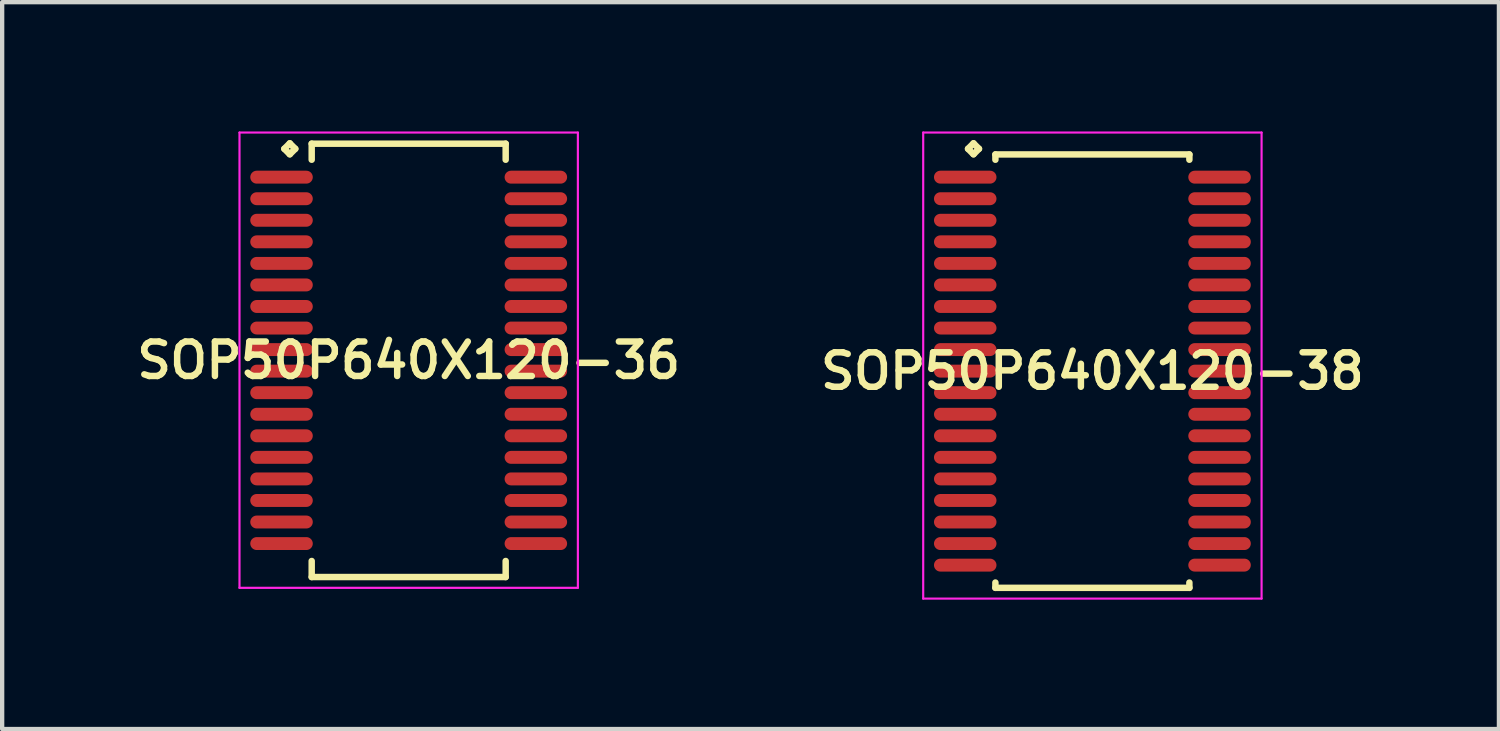
<source format=kicad_pcb>
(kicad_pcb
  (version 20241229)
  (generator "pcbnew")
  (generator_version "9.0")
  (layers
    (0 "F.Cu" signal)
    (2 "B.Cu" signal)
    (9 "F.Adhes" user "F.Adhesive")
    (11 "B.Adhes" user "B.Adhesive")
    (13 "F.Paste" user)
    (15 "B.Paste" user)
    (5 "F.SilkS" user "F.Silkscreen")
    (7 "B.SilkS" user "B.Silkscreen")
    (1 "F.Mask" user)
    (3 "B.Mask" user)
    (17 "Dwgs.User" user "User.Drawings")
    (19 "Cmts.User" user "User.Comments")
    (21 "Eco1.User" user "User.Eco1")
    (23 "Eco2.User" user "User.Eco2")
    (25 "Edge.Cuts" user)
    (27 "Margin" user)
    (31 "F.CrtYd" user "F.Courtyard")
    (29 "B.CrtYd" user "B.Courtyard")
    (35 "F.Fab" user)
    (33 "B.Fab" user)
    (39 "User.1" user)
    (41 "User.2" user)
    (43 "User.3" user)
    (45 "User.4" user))
  (footprint "SOP50P640X120-36"
    (layer "F.Cu")
    (at 6.431 5.31)
    (property "Reference" "SOP50P640X120-36" (at 0 0 0) (layer "F.SilkS") (effects (font (size 0.8 0.8) (thickness 0.15))))
    (attr smd)
    (fp_line (start -2.885 -4.908) (end -2.758 -5.035) (stroke (width 0.15) (type solid)) (layer "F.SilkS"))
    (fp_line (start -2.758 -5.035) (end -2.631 -4.908) (stroke (width 0.15) (type solid)) (layer "F.SilkS"))
    (fp_line (start -2.758 -4.781) (end -2.885 -4.908) (stroke (width 0.15) (type solid)) (layer "F.SilkS"))
    (fp_line (start -2.631 -4.908) (end -2.758 -4.781) (stroke (width 0.15) (type solid)) (layer "F.SilkS"))
    (fp_line (start -2.25 -5.027) (end 2.25 -5.027) (stroke (width 0.15) (type solid)) (layer "F.SilkS"))
    (fp_line (start -2.25 -4.654) (end -2.25 -5.027) (stroke (width 0.15) (type solid)) (layer "F.SilkS"))
    (fp_line (start -2.25 4.654) (end -2.25 5.027) (stroke (width 0.15) (type solid)) (layer "F.SilkS"))
    (fp_line (start -2.25 5.027) (end 2.25 5.027) (stroke (width 0.15) (type solid)) (layer "F.SilkS"))
    (fp_line (start 2.25 -5.027) (end 2.25 -4.654) (stroke (width 0.15) (type solid)) (layer "F.SilkS"))
    (fp_line (start 2.25 5.027) (end 2.25 4.654) (stroke (width 0.15) (type solid)) (layer "F.SilkS"))
    (fp_line (start -3.925 -5.285) (end 3.925 -5.285) (stroke (width 0.05) (type solid)) (layer "F.CrtYd"))
    (fp_line (start -3.925 5.277) (end -3.925 -5.285) (stroke (width 0.05) (type solid)) (layer "F.CrtYd"))
    (fp_line (start 3.925 -5.285) (end 3.925 5.277) (stroke (width 0.05) (type solid)) (layer "F.CrtYd"))
    (fp_line (start 3.925 5.277) (end -3.925 5.277) (stroke (width 0.05) (type solid)) (layer "F.CrtYd"))
    (pad "1" smd oval (at -2.95 -4.25) (size 1.45 0.3) (layers "F.Cu" "F.Mask" "F.Paste"))
    (pad "2" smd oval (at -2.95 -3.75) (size 1.45 0.3) (layers "F.Cu" "F.Mask" "F.Paste"))
    (pad "3" smd oval (at -2.95 -3.25) (size 1.45 0.3) (layers "F.Cu" "F.Mask" "F.Paste"))
    (pad "4" smd oval (at -2.95 -2.75) (size 1.45 0.3) (layers "F.Cu" "F.Mask" "F.Paste"))
    (pad "5" smd oval (at -2.95 -2.25) (size 1.45 0.3) (layers "F.Cu" "F.Mask" "F.Paste"))
    (pad "6" smd oval (at -2.95 -1.75) (size 1.45 0.3) (layers "F.Cu" "F.Mask" "F.Paste"))
    (pad "7" smd oval (at -2.95 -1.25) (size 1.45 0.3) (layers "F.Cu" "F.Mask" "F.Paste"))
    (pad "8" smd oval (at -2.95 -0.75) (size 1.45 0.3) (layers "F.Cu" "F.Mask" "F.Paste"))
    (pad "9" smd oval (at -2.95 -0.25) (size 1.45 0.3) (layers "F.Cu" "F.Mask" "F.Paste"))
    (pad "10" smd oval (at -2.95 0.25) (size 1.45 0.3) (layers "F.Cu" "F.Mask" "F.Paste"))
    (pad "11" smd oval (at -2.95 0.75) (size 1.45 0.3) (layers "F.Cu" "F.Mask" "F.Paste"))
    (pad "12" smd oval (at -2.95 1.25) (size 1.45 0.3) (layers "F.Cu" "F.Mask" "F.Paste"))
    (pad "13" smd oval (at -2.95 1.75) (size 1.45 0.3) (layers "F.Cu" "F.Mask" "F.Paste"))
    (pad "14" smd oval (at -2.95 2.25) (size 1.45 0.3) (layers "F.Cu" "F.Mask" "F.Paste"))
    (pad "15" smd oval (at -2.95 2.75) (size 1.45 0.3) (layers "F.Cu" "F.Mask" "F.Paste"))
    (pad "16" smd oval (at -2.95 3.25) (size 1.45 0.3) (layers "F.Cu" "F.Mask" "F.Paste"))
    (pad "17" smd oval (at -2.95 3.75) (size 1.45 0.3) (layers "F.Cu" "F.Mask" "F.Paste"))
    (pad "18" smd oval (at -2.95 4.25) (size 1.45 0.3) (layers "F.Cu" "F.Mask" "F.Paste"))
    (pad "19" smd oval (at 2.95 4.25) (size 1.45 0.3) (layers "F.Cu" "F.Mask" "F.Paste"))
    (pad "20" smd oval (at 2.95 3.75) (size 1.45 0.3) (layers "F.Cu" "F.Mask" "F.Paste"))
    (pad "21" smd oval (at 2.95 3.25) (size 1.45 0.3) (layers "F.Cu" "F.Mask" "F.Paste"))
    (pad "22" smd oval (at 2.95 2.75) (size 1.45 0.3) (layers "F.Cu" "F.Mask" "F.Paste"))
    (pad "23" smd oval (at 2.95 2.25) (size 1.45 0.3) (layers "F.Cu" "F.Mask" "F.Paste"))
    (pad "24" smd oval (at 2.95 1.75) (size 1.45 0.3) (layers "F.Cu" "F.Mask" "F.Paste"))
    (pad "25" smd oval (at 2.95 1.25) (size 1.45 0.3) (layers "F.Cu" "F.Mask" "F.Paste"))
    (pad "26" smd oval (at 2.95 0.75) (size 1.45 0.3) (layers "F.Cu" "F.Mask" "F.Paste"))
    (pad "27" smd oval (at 2.95 0.25) (size 1.45 0.3) (layers "F.Cu" "F.Mask" "F.Paste"))
    (pad "28" smd oval (at 2.95 -0.25) (size 1.45 0.3) (layers "F.Cu" "F.Mask" "F.Paste"))
    (pad "29" smd oval (at 2.95 -0.75) (size 1.45 0.3) (layers "F.Cu" "F.Mask" "F.Paste"))
    (pad "30" smd oval (at 2.95 -1.25) (size 1.45 0.3) (layers "F.Cu" "F.Mask" "F.Paste"))
    (pad "31" smd oval (at 2.95 -1.75) (size 1.45 0.3) (layers "F.Cu" "F.Mask" "F.Paste"))
    (pad "32" smd oval (at 2.95 -2.25) (size 1.45 0.3) (layers "F.Cu" "F.Mask" "F.Paste"))
    (pad "33" smd oval (at 2.95 -2.75) (size 1.45 0.3) (layers "F.Cu" "F.Mask" "F.Paste"))
    (pad "34" smd oval (at 2.95 -3.25) (size 1.45 0.3) (layers "F.Cu" "F.Mask" "F.Paste"))
    (pad "35" smd oval (at 2.95 -3.75) (size 1.45 0.3) (layers "F.Cu" "F.Mask" "F.Paste"))
    (pad "36" smd oval (at 2.95 -4.25) (size 1.45 0.3) (layers "F.Cu" "F.Mask" "F.Paste")))
  (footprint "SOP50P640X120-38"
    (layer "F.Cu")
    (at 22.292 5.56)
    (property "Reference" "SOP50P640X120-38" (at 0 0 0) (layer "F.SilkS") (effects (font (size 0.8 0.8) (thickness 0.15))))
    (attr smd)
    (fp_line (start -2.885 -5.158) (end -2.758 -5.285) (stroke (width 0.15) (type solid)) (layer "F.SilkS"))
    (fp_line (start -2.758 -5.285) (end -2.631 -5.158) (stroke (width 0.15) (type solid)) (layer "F.SilkS"))
    (fp_line (start -2.758 -5.031) (end -2.885 -5.158) (stroke (width 0.15) (type solid)) (layer "F.SilkS"))
    (fp_line (start -2.631 -5.158) (end -2.758 -5.031) (stroke (width 0.15) (type solid)) (layer "F.SilkS"))
    (fp_line (start -2.25 -5.027) (end 2.25 -5.027) (stroke (width 0.15) (type solid)) (layer "F.SilkS"))
    (fp_line (start -2.25 -4.904) (end -2.25 -5.027) (stroke (width 0.15) (type solid)) (layer "F.SilkS"))
    (fp_line (start -2.25 4.904) (end -2.25 5.027) (stroke (width 0.15) (type solid)) (layer "F.SilkS"))
    (fp_line (start -2.25 5.027) (end 2.25 5.027) (stroke (width 0.15) (type solid)) (layer "F.SilkS"))
    (fp_line (start 2.25 -5.027) (end 2.25 -4.904) (stroke (width 0.15) (type solid)) (layer "F.SilkS"))
    (fp_line (start 2.25 5.027) (end 2.25 4.904) (stroke (width 0.15) (type solid)) (layer "F.SilkS"))
    (fp_line (start -3.925 -5.535) (end 3.925 -5.535) (stroke (width 0.05) (type solid)) (layer "F.CrtYd"))
    (fp_line (start -3.925 5.277) (end -3.925 -5.535) (stroke (width 0.05) (type solid)) (layer "F.CrtYd"))
    (fp_line (start 3.925 -5.535) (end 3.925 5.277) (stroke (width 0.05) (type solid)) (layer "F.CrtYd"))
    (fp_line (start 3.925 5.277) (end -3.925 5.277) (stroke (width 0.05) (type solid)) (layer "F.CrtYd"))
    (pad "1" smd oval (at -2.95 -4.5) (size 1.45 0.3) (layers "F.Cu" "F.Mask" "F.Paste"))
    (pad "2" smd oval (at -2.95 -4) (size 1.45 0.3) (layers "F.Cu" "F.Mask" "F.Paste"))
    (pad "3" smd oval (at -2.95 -3.5) (size 1.45 0.3) (layers "F.Cu" "F.Mask" "F.Paste"))
    (pad "4" smd oval (at -2.95 -3) (size 1.45 0.3) (layers "F.Cu" "F.Mask" "F.Paste"))
    (pad "5" smd oval (at -2.95 -2.5) (size 1.45 0.3) (layers "F.Cu" "F.Mask" "F.Paste"))
    (pad "6" smd oval (at -2.95 -2) (size 1.45 0.3) (layers "F.Cu" "F.Mask" "F.Paste"))
    (pad "7" smd oval (at -2.95 -1.5) (size 1.45 0.3) (layers "F.Cu" "F.Mask" "F.Paste"))
    (pad "8" smd oval (at -2.95 -1) (size 1.45 0.3) (layers "F.Cu" "F.Mask" "F.Paste"))
    (pad "9" smd oval (at -2.95 -0.5) (size 1.45 0.3) (layers "F.Cu" "F.Mask" "F.Paste"))
    (pad "10" smd oval (at -2.95 0) (size 1.45 0.3) (layers "F.Cu" "F.Mask" "F.Paste"))
    (pad "11" smd oval (at -2.95 0.5) (size 1.45 0.3) (layers "F.Cu" "F.Mask" "F.Paste"))
    (pad "12" smd oval (at -2.95 1) (size 1.45 0.3) (layers "F.Cu" "F.Mask" "F.Paste"))
    (pad "13" smd oval (at -2.95 1.5) (size 1.45 0.3) (layers "F.Cu" "F.Mask" "F.Paste"))
    (pad "14" smd oval (at -2.95 2) (size 1.45 0.3) (layers "F.Cu" "F.Mask" "F.Paste"))
    (pad "15" smd oval (at -2.95 2.5) (size 1.45 0.3) (layers "F.Cu" "F.Mask" "F.Paste"))
    (pad "16" smd oval (at -2.95 3) (size 1.45 0.3) (layers "F.Cu" "F.Mask" "F.Paste"))
    (pad "17" smd oval (at -2.95 3.5) (size 1.45 0.3) (layers "F.Cu" "F.Mask" "F.Paste"))
    (pad "18" smd oval (at -2.95 4) (size 1.45 0.3) (layers "F.Cu" "F.Mask" "F.Paste"))
    (pad "19" smd oval (at -2.95 4.5) (size 1.45 0.3) (layers "F.Cu" "F.Mask" "F.Paste"))
    (pad "20" smd oval (at 2.95 4.5) (size 1.45 0.3) (layers "F.Cu" "F.Mask" "F.Paste"))
    (pad "21" smd oval (at 2.95 4) (size 1.45 0.3) (layers "F.Cu" "F.Mask" "F.Paste"))
    (pad "22" smd oval (at 2.95 3.5) (size 1.45 0.3) (layers "F.Cu" "F.Mask" "F.Paste"))
    (pad "23" smd oval (at 2.95 3) (size 1.45 0.3) (layers "F.Cu" "F.Mask" "F.Paste"))
    (pad "24" smd oval (at 2.95 2.5) (size 1.45 0.3) (layers "F.Cu" "F.Mask" "F.Paste"))
    (pad "25" smd oval (at 2.95 2) (size 1.45 0.3) (layers "F.Cu" "F.Mask" "F.Paste"))
    (pad "26" smd oval (at 2.95 1.5) (size 1.45 0.3) (layers "F.Cu" "F.Mask" "F.Paste"))
    (pad "27" smd oval (at 2.95 1) (size 1.45 0.3) (layers "F.Cu" "F.Mask" "F.Paste"))
    (pad "28" smd oval (at 2.95 0.5) (size 1.45 0.3) (layers "F.Cu" "F.Mask" "F.Paste"))
    (pad "29" smd oval (at 2.95 0) (size 1.45 0.3) (layers "F.Cu" "F.Mask" "F.Paste"))
    (pad "30" smd oval (at 2.95 -0.5) (size 1.45 0.3) (layers "F.Cu" "F.Mask" "F.Paste"))
    (pad "31" smd oval (at 2.95 -1) (size 1.45 0.3) (layers "F.Cu" "F.Mask" "F.Paste"))
    (pad "32" smd oval (at 2.95 -1.5) (size 1.45 0.3) (layers "F.Cu" "F.Mask" "F.Paste"))
    (pad "33" smd oval (at 2.95 -2) (size 1.45 0.3) (layers "F.Cu" "F.Mask" "F.Paste"))
    (pad "34" smd oval (at 2.95 -2.5) (size 1.45 0.3) (layers "F.Cu" "F.Mask" "F.Paste"))
    (pad "35" smd oval (at 2.95 -3) (size 1.45 0.3) (layers "F.Cu" "F.Mask" "F.Paste"))
    (pad "36" smd oval (at 2.95 -3.5) (size 1.45 0.3) (layers "F.Cu" "F.Mask" "F.Paste"))
    (pad "37" smd oval (at 2.95 -4) (size 1.45 0.3) (layers "F.Cu" "F.Mask" "F.Paste"))
    (pad "38" smd oval (at 2.95 -4.5) (size 1.45 0.3) (layers "F.Cu" "F.Mask" "F.Paste")))
  (gr_rect
    (start -3 -3)
    (end 31.723 13.862)
    (stroke (width 0.1) (type default))
    (fill no)
    (layer "Edge.Cuts")))
</source>
